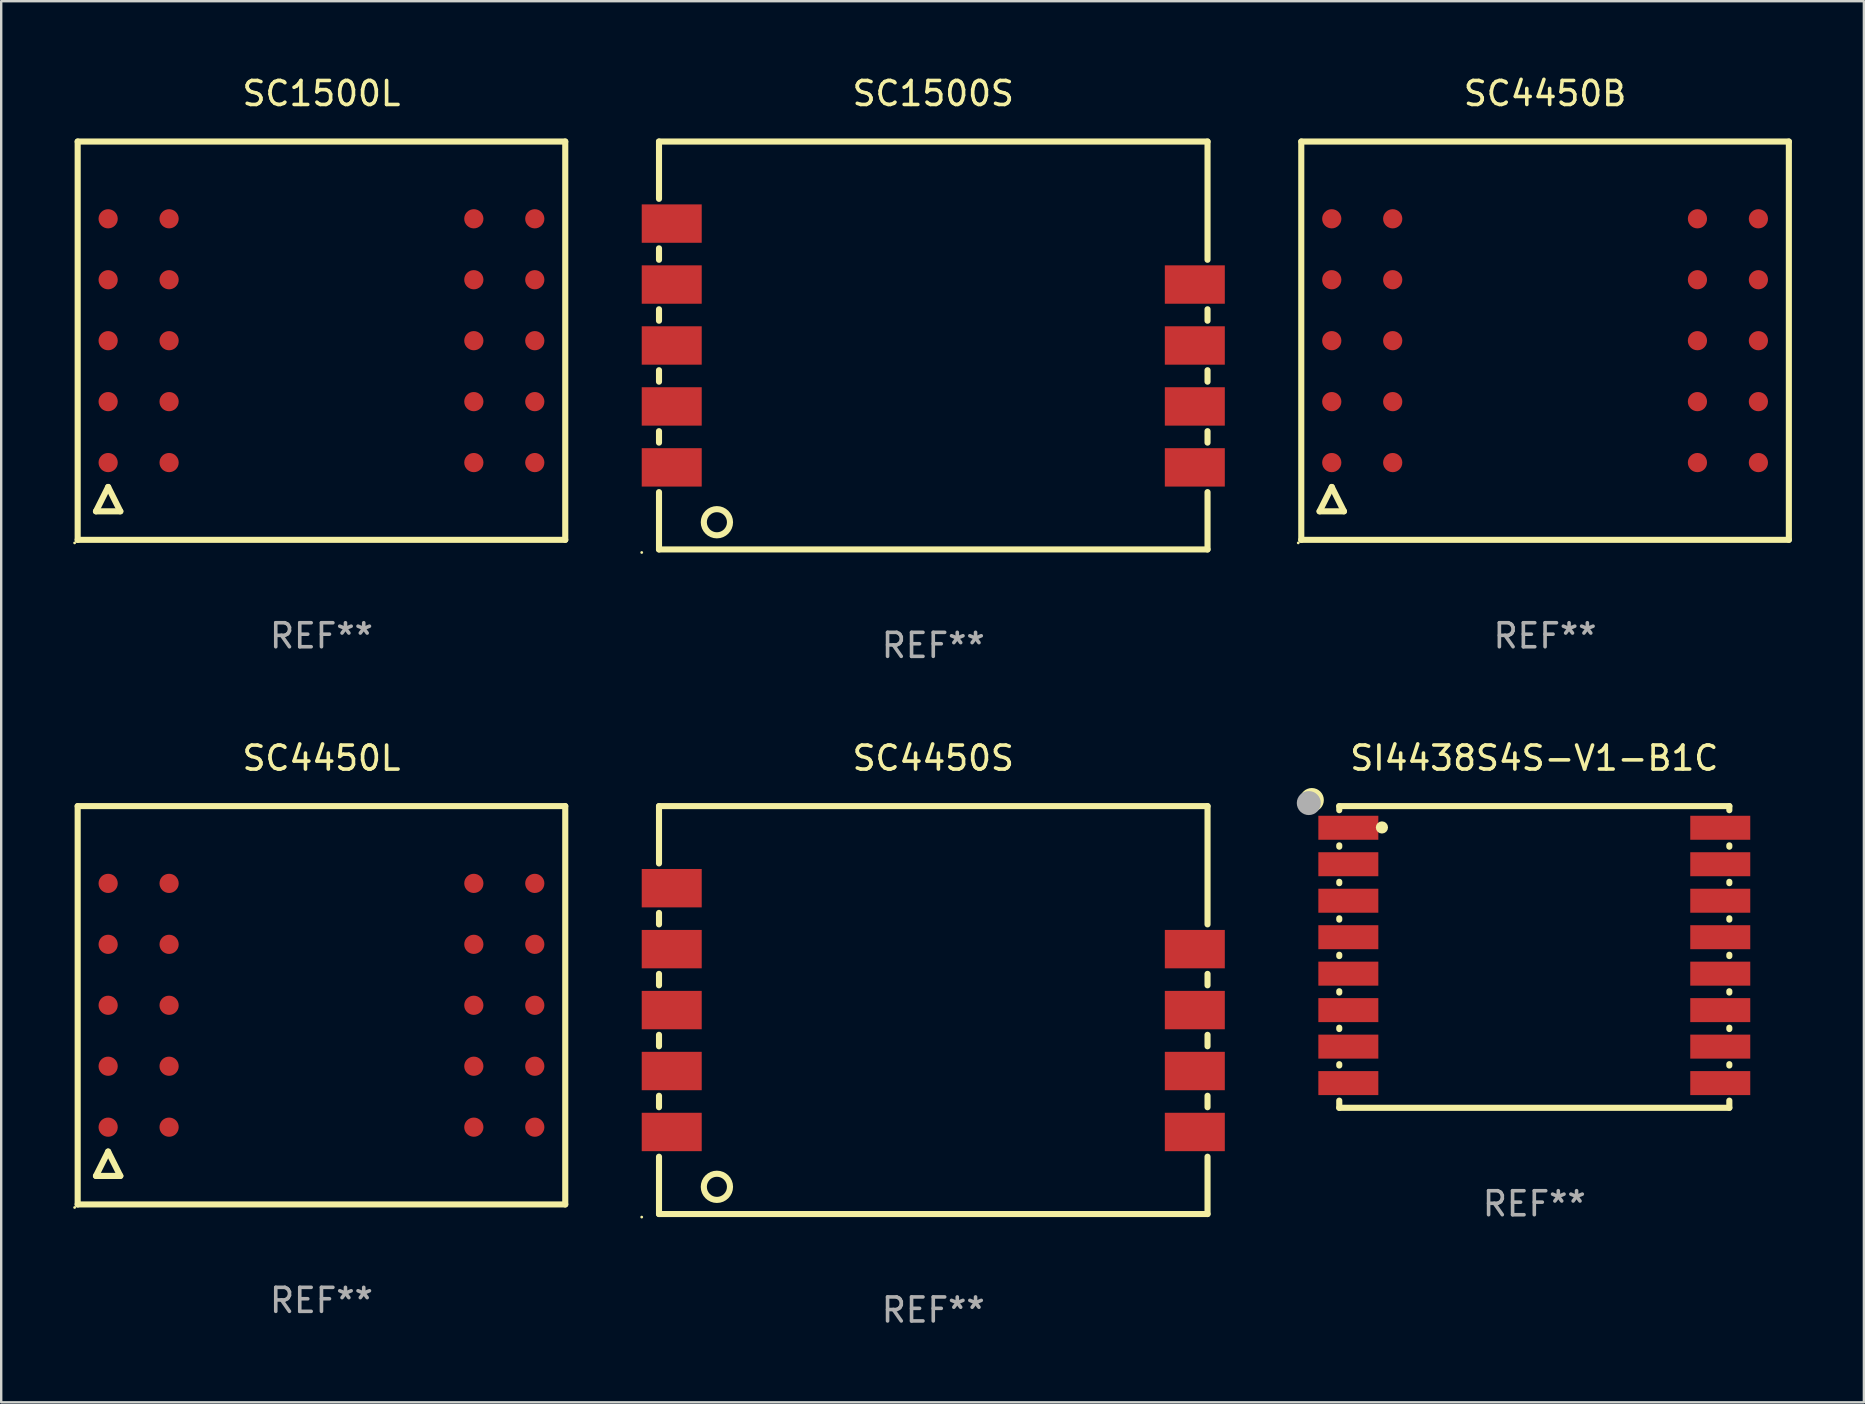
<source format=kicad_pcb>
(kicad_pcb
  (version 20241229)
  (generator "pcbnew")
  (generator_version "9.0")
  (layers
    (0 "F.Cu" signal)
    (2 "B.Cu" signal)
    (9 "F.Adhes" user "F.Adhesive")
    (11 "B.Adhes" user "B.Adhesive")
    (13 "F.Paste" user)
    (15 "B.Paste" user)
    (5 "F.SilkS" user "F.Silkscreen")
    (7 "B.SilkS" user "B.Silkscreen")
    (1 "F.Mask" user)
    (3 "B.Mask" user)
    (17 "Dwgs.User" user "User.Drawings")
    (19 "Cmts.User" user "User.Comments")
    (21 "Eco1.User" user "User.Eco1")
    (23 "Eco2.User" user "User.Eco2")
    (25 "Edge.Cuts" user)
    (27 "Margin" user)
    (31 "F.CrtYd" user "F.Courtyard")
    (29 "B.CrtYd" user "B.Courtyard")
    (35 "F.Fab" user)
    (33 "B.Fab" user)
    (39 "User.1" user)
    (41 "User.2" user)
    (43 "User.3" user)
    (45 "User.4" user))
  (footprint "SC4450S"
    (layer "F.Cu")
    (at 35.844 39.045)
    (property "Reference" "SC4450S" (at 0 -10.5 0) (layer "F.SilkS") (effects (font (size 1 1) (thickness 0.15))))
    (attr through_hole)
    (fp_line (start -11.43 -8.5) (end -11.43 -6.111) (stroke (width 0.254) (type solid)) (layer "F.SilkS"))
    (fp_line (start -11.43 -8.5) (end 11.43 -8.5) (stroke (width 0.254) (type solid)) (layer "F.SilkS"))
    (fp_line (start -11.43 -4.049) (end -11.43 -3.571) (stroke (width 0.254) (type solid)) (layer "F.SilkS"))
    (fp_line (start -11.43 -1.509) (end -11.43 -1.031) (stroke (width 0.254) (type solid)) (layer "F.SilkS"))
    (fp_line (start -11.43 1.031) (end -11.43 1.509) (stroke (width 0.254) (type solid)) (layer "F.SilkS"))
    (fp_line (start -11.43 3.571) (end -11.43 4.049) (stroke (width 0.254) (type solid)) (layer "F.SilkS"))
    (fp_line (start -11.43 6.111) (end -11.43 8.5) (stroke (width 0.254) (type solid)) (layer "F.SilkS"))
    (fp_line (start 11.43 -8.5) (end 11.43 -3.571) (stroke (width 0.254) (type solid)) (layer "F.SilkS"))
    (fp_line (start 11.43 -1.509) (end 11.43 -1.031) (stroke (width 0.254) (type solid)) (layer "F.SilkS"))
    (fp_line (start 11.43 1.031) (end 11.43 1.509) (stroke (width 0.254) (type solid)) (layer "F.SilkS"))
    (fp_line (start 11.43 3.571) (end 11.43 4.049) (stroke (width 0.254) (type solid)) (layer "F.SilkS"))
    (fp_line (start 11.43 6.111) (end 11.43 8.5) (stroke (width 0.254) (type solid)) (layer "F.SilkS"))
    (fp_line (start 11.43 8.5) (end -11.43 8.5) (stroke (width 0.254) (type solid)) (layer "F.SilkS"))
    (fp_circle (center -12.15 8.627) (end -12.12 8.627) (stroke (width 0.06) (type solid)) (fill no) (layer "F.SilkS"))
    (fp_circle (center -9.017 7.366) (end -8.471 7.366) (stroke (width 0.254) (type solid)) (fill no) (layer "F.SilkS"))
    (fp_text user "REF**" (at 0 12.5 0) (layer "F.Fab") (effects (font (size 1 1) (thickness 0.15))))
    (pad "1" smd rect (at -10.9 5.08) (size 2.5 1.6) (layers "F.Cu" "F.Mask" "F.Paste"))
    (pad "2" smd rect (at -10.9 2.54) (size 2.5 1.6) (layers "F.Cu" "F.Mask" "F.Paste"))
    (pad "3" smd rect (at -10.9 0) (size 2.5 1.6) (layers "F.Cu" "F.Mask" "F.Paste"))
    (pad "4" smd rect (at -10.9 -2.54) (size 2.5 1.6) (layers "F.Cu" "F.Mask" "F.Paste"))
    (pad "5" smd rect (at -10.9 -5.08) (size 2.5 1.6) (layers "F.Cu" "F.Mask" "F.Paste"))
    (pad "7" smd rect (at 10.9 -2.54) (size 2.5 1.6) (layers "F.Cu" "F.Mask" "F.Paste"))
    (pad "8" smd rect (at 10.9 0) (size 2.5 1.6) (layers "F.Cu" "F.Mask" "F.Paste"))
    (pad "9" smd rect (at 10.9 2.54) (size 2.5 1.6) (layers "F.Cu" "F.Mask" "F.Paste"))
    (pad "10" smd rect (at 10.9 5.08) (size 2.5 1.6) (layers "F.Cu" "F.Mask" "F.Paste")))
  (footprint "SC4450L"
    (layer "F.Cu")
    (at 10.347 38.845)
    (property "Reference" "SC4450L" (at 0 -10.3 0) (layer "F.SilkS") (effects (font (size 1 1) (thickness 0.15))))
    (attr through_hole)
    (fp_line (start -10.16 -8.3) (end 10.16 -8.3) (stroke (width 0.254) (type solid)) (layer "F.SilkS"))
    (fp_line (start -10.16 8.3) (end -10.16 -8.3) (stroke (width 0.254) (type solid)) (layer "F.SilkS"))
    (fp_line (start -9.398 7.112) (end -8.382 7.112) (stroke (width 0.254) (type solid)) (layer "F.SilkS"))
    (fp_line (start -8.89 6.096) (end -9.398 7.112) (stroke (width 0.254) (type solid)) (layer "F.SilkS"))
    (fp_line (start -8.382 7.112) (end -8.89 6.096) (stroke (width 0.254) (type solid)) (layer "F.SilkS"))
    (fp_line (start 10.16 -8.3) (end 10.16 8.3) (stroke (width 0.254) (type solid)) (layer "F.SilkS"))
    (fp_line (start 10.16 8.3) (end -10.16 8.3) (stroke (width 0.254) (type solid)) (layer "F.SilkS"))
    (fp_circle (center -10.287 8.427) (end -10.257 8.427) (stroke (width 0.06) (type solid)) (fill no) (layer "F.SilkS"))
    (fp_text user "REF**" (at 0 12.3 0) (layer "F.Fab") (effects (font (size 1 1) (thickness 0.15))))
    (pad "A1" smd circle (at -8.89 5.08) (size 0.8 0.8) (layers "F.Cu" "F.Mask" "F.Paste"))
    (pad "A2" smd circle (at -8.89 2.54) (size 0.8 0.8) (layers "F.Cu" "F.Mask" "F.Paste"))
    (pad "A3" smd circle (at -8.89 0) (size 0.8 0.8) (layers "F.Cu" "F.Mask" "F.Paste"))
    (pad "A4" smd circle (at -8.89 -2.54) (size 0.8 0.8) (layers "F.Cu" "F.Mask" "F.Paste"))
    (pad "A5" smd circle (at -8.89 -5.08) (size 0.8 0.8) (layers "F.Cu" "F.Mask" "F.Paste"))
    (pad "B1" smd circle (at -6.35 5.08) (size 0.8 0.8) (layers "F.Cu" "F.Mask" "F.Paste"))
    (pad "B2" smd circle (at -6.35 2.54) (size 0.8 0.8) (layers "F.Cu" "F.Mask" "F.Paste"))
    (pad "B3" smd circle (at -6.35 0) (size 0.8 0.8) (layers "F.Cu" "F.Mask" "F.Paste"))
    (pad "B4" smd circle (at -6.35 -2.54) (size 0.8 0.8) (layers "F.Cu" "F.Mask" "F.Paste"))
    (pad "B5" smd circle (at -6.35 -5.08) (size 0.8 0.8) (layers "F.Cu" "F.Mask" "F.Paste"))
    (pad "G1" smd circle (at 6.35 5.08) (size 0.8 0.8) (layers "F.Cu" "F.Mask" "F.Paste"))
    (pad "G2" smd circle (at 6.35 2.54) (size 0.8 0.8) (layers "F.Cu" "F.Mask" "F.Paste"))
    (pad "G3" smd circle (at 6.35 0) (size 0.8 0.8) (layers "F.Cu" "F.Mask" "F.Paste"))
    (pad "G4" smd circle (at 6.35 -2.54) (size 0.8 0.8) (layers "F.Cu" "F.Mask" "F.Paste"))
    (pad "G5" smd circle (at 6.35 -5.08) (size 0.8 0.8) (layers "F.Cu" "F.Mask" "F.Paste"))
    (pad "H1" smd circle (at 8.89 5.08) (size 0.8 0.8) (layers "F.Cu" "F.Mask" "F.Paste"))
    (pad "H2" smd circle (at 8.89 2.54) (size 0.8 0.8) (layers "F.Cu" "F.Mask" "F.Paste"))
    (pad "H3" smd circle (at 8.89 0) (size 0.8 0.8) (layers "F.Cu" "F.Mask" "F.Paste"))
    (pad "H4" smd circle (at 8.89 -2.54) (size 0.8 0.8) (layers "F.Cu" "F.Mask" "F.Paste"))
    (pad "H5" smd circle (at 8.89 -5.08) (size 0.8 0.8) (layers "F.Cu" "F.Mask" "F.Paste")))
  (footprint "SC4450B"
    (layer "F.Cu")
    (at 61.341 11.148)
    (property "Reference" "SC4450B" (at 0 -10.3 0) (layer "F.SilkS") (effects (font (size 1 1) (thickness 0.15))))
    (attr through_hole)
    (fp_line (start -10.16 -8.3) (end 10.16 -8.3) (stroke (width 0.254) (type solid)) (layer "F.SilkS"))
    (fp_line (start -10.16 8.3) (end -10.16 -8.3) (stroke (width 0.254) (type solid)) (layer "F.SilkS"))
    (fp_line (start -9.398 7.112) (end -8.382 7.112) (stroke (width 0.254) (type solid)) (layer "F.SilkS"))
    (fp_line (start -8.89 6.096) (end -9.398 7.112) (stroke (width 0.254) (type solid)) (layer "F.SilkS"))
    (fp_line (start -8.382 7.112) (end -8.89 6.096) (stroke (width 0.254) (type solid)) (layer "F.SilkS"))
    (fp_line (start 10.16 -8.3) (end 10.16 8.3) (stroke (width 0.254) (type solid)) (layer "F.SilkS"))
    (fp_line (start 10.16 8.3) (end -10.16 8.3) (stroke (width 0.254) (type solid)) (layer "F.SilkS"))
    (fp_circle (center -10.287 8.427) (end -10.257 8.427) (stroke (width 0.06) (type solid)) (fill no) (layer "F.SilkS"))
    (fp_text user "REF**" (at 0 12.3 0) (layer "F.Fab") (effects (font (size 1 1) (thickness 0.15))))
    (pad "A1" smd circle (at -8.89 5.08) (size 0.8 0.8) (layers "F.Cu" "F.Mask" "F.Paste"))
    (pad "A2" smd circle (at -8.89 2.54) (size 0.8 0.8) (layers "F.Cu" "F.Mask" "F.Paste"))
    (pad "A3" smd circle (at -8.89 0) (size 0.8 0.8) (layers "F.Cu" "F.Mask" "F.Paste"))
    (pad "A4" smd circle (at -8.89 -2.54) (size 0.8 0.8) (layers "F.Cu" "F.Mask" "F.Paste"))
    (pad "A5" smd circle (at -8.89 -5.08) (size 0.8 0.8) (layers "F.Cu" "F.Mask" "F.Paste"))
    (pad "B1" smd circle (at -6.35 5.08) (size 0.8 0.8) (layers "F.Cu" "F.Mask" "F.Paste"))
    (pad "B2" smd circle (at -6.35 2.54) (size 0.8 0.8) (layers "F.Cu" "F.Mask" "F.Paste"))
    (pad "B3" smd circle (at -6.35 0) (size 0.8 0.8) (layers "F.Cu" "F.Mask" "F.Paste"))
    (pad "B4" smd circle (at -6.35 -2.54) (size 0.8 0.8) (layers "F.Cu" "F.Mask" "F.Paste"))
    (pad "B5" smd circle (at -6.35 -5.08) (size 0.8 0.8) (layers "F.Cu" "F.Mask" "F.Paste"))
    (pad "G1" smd circle (at 6.35 5.08) (size 0.8 0.8) (layers "F.Cu" "F.Mask" "F.Paste"))
    (pad "G2" smd circle (at 6.35 2.54) (size 0.8 0.8) (layers "F.Cu" "F.Mask" "F.Paste"))
    (pad "G3" smd circle (at 6.35 0) (size 0.8 0.8) (layers "F.Cu" "F.Mask" "F.Paste"))
    (pad "G4" smd circle (at 6.35 -2.54) (size 0.8 0.8) (layers "F.Cu" "F.Mask" "F.Paste"))
    (pad "G5" smd circle (at 6.35 -5.08) (size 0.8 0.8) (layers "F.Cu" "F.Mask" "F.Paste"))
    (pad "H1" smd circle (at 8.89 5.08) (size 0.8 0.8) (layers "F.Cu" "F.Mask" "F.Paste"))
    (pad "H2" smd circle (at 8.89 2.54) (size 0.8 0.8) (layers "F.Cu" "F.Mask" "F.Paste"))
    (pad "H3" smd circle (at 8.89 0) (size 0.8 0.8) (layers "F.Cu" "F.Mask" "F.Paste"))
    (pad "H4" smd circle (at 8.89 -2.54) (size 0.8 0.8) (layers "F.Cu" "F.Mask" "F.Paste"))
    (pad "H5" smd circle (at 8.89 -5.08) (size 0.8 0.8) (layers "F.Cu" "F.Mask" "F.Paste")))
  (footprint "SC1500S"
    (layer "F.Cu")
    (at 35.844 11.348)
    (property "Reference" "SC1500S" (at 0 -10.5 0) (layer "F.SilkS") (effects (font (size 1 1) (thickness 0.15))))
    (attr through_hole)
    (fp_line (start -11.43 -8.5) (end -11.43 -6.111) (stroke (width 0.254) (type solid)) (layer "F.SilkS"))
    (fp_line (start -11.43 -8.5) (end 11.43 -8.5) (stroke (width 0.254) (type solid)) (layer "F.SilkS"))
    (fp_line (start -11.43 -4.049) (end -11.43 -3.571) (stroke (width 0.254) (type solid)) (layer "F.SilkS"))
    (fp_line (start -11.43 -1.509) (end -11.43 -1.031) (stroke (width 0.254) (type solid)) (layer "F.SilkS"))
    (fp_line (start -11.43 1.031) (end -11.43 1.509) (stroke (width 0.254) (type solid)) (layer "F.SilkS"))
    (fp_line (start -11.43 3.571) (end -11.43 4.049) (stroke (width 0.254) (type solid)) (layer "F.SilkS"))
    (fp_line (start -11.43 6.111) (end -11.43 8.5) (stroke (width 0.254) (type solid)) (layer "F.SilkS"))
    (fp_line (start 11.43 -8.5) (end 11.43 -3.571) (stroke (width 0.254) (type solid)) (layer "F.SilkS"))
    (fp_line (start 11.43 -1.509) (end 11.43 -1.031) (stroke (width 0.254) (type solid)) (layer "F.SilkS"))
    (fp_line (start 11.43 1.031) (end 11.43 1.509) (stroke (width 0.254) (type solid)) (layer "F.SilkS"))
    (fp_line (start 11.43 3.571) (end 11.43 4.049) (stroke (width 0.254) (type solid)) (layer "F.SilkS"))
    (fp_line (start 11.43 6.111) (end 11.43 8.5) (stroke (width 0.254) (type solid)) (layer "F.SilkS"))
    (fp_line (start 11.43 8.5) (end -11.43 8.5) (stroke (width 0.254) (type solid)) (layer "F.SilkS"))
    (fp_circle (center -12.15 8.627) (end -12.12 8.627) (stroke (width 0.06) (type solid)) (fill no) (layer "F.SilkS"))
    (fp_circle (center -9.017 7.366) (end -8.471 7.366) (stroke (width 0.254) (type solid)) (fill no) (layer "F.SilkS"))
    (fp_text user "REF**" (at 0 12.5 0) (layer "F.Fab") (effects (font (size 1 1) (thickness 0.15))))
    (pad "1" smd rect (at -10.9 5.08) (size 2.5 1.6) (layers "F.Cu" "F.Mask" "F.Paste"))
    (pad "2" smd rect (at -10.9 2.54) (size 2.5 1.6) (layers "F.Cu" "F.Mask" "F.Paste"))
    (pad "3" smd rect (at -10.9 0) (size 2.5 1.6) (layers "F.Cu" "F.Mask" "F.Paste"))
    (pad "4" smd rect (at -10.9 -2.54) (size 2.5 1.6) (layers "F.Cu" "F.Mask" "F.Paste"))
    (pad "5" smd rect (at -10.9 -5.08) (size 2.5 1.6) (layers "F.Cu" "F.Mask" "F.Paste"))
    (pad "7" smd rect (at 10.9 -2.54) (size 2.5 1.6) (layers "F.Cu" "F.Mask" "F.Paste"))
    (pad "8" smd rect (at 10.9 0) (size 2.5 1.6) (layers "F.Cu" "F.Mask" "F.Paste"))
    (pad "9" smd rect (at 10.9 2.54) (size 2.5 1.6) (layers "F.Cu" "F.Mask" "F.Paste"))
    (pad "10" smd rect (at 10.9 5.08) (size 2.5 1.6) (layers "F.Cu" "F.Mask" "F.Paste")))
  (footprint "SC1500L"
    (layer "F.Cu")
    (at 10.347 11.148)
    (property "Reference" "SC1500L" (at 0 -10.3 0) (layer "F.SilkS") (effects (font (size 1 1) (thickness 0.15))))
    (attr through_hole)
    (fp_line (start -10.16 -8.3) (end 10.16 -8.3) (stroke (width 0.254) (type solid)) (layer "F.SilkS"))
    (fp_line (start -10.16 8.3) (end -10.16 -8.3) (stroke (width 0.254) (type solid)) (layer "F.SilkS"))
    (fp_line (start -9.398 7.112) (end -8.382 7.112) (stroke (width 0.254) (type solid)) (layer "F.SilkS"))
    (fp_line (start -8.89 6.096) (end -9.398 7.112) (stroke (width 0.254) (type solid)) (layer "F.SilkS"))
    (fp_line (start -8.382 7.112) (end -8.89 6.096) (stroke (width 0.254) (type solid)) (layer "F.SilkS"))
    (fp_line (start 10.16 -8.3) (end 10.16 8.3) (stroke (width 0.254) (type solid)) (layer "F.SilkS"))
    (fp_line (start 10.16 8.3) (end -10.16 8.3) (stroke (width 0.254) (type solid)) (layer "F.SilkS"))
    (fp_circle (center -10.287 8.427) (end -10.257 8.427) (stroke (width 0.06) (type solid)) (fill no) (layer "F.SilkS"))
    (fp_text user "REF**" (at 0 12.3 0) (layer "F.Fab") (effects (font (size 1 1) (thickness 0.15))))
    (pad "A1" smd circle (at -8.89 5.08) (size 0.8 0.8) (layers "F.Cu" "F.Mask" "F.Paste"))
    (pad "A2" smd circle (at -8.89 2.54) (size 0.8 0.8) (layers "F.Cu" "F.Mask" "F.Paste"))
    (pad "A3" smd circle (at -8.89 0) (size 0.8 0.8) (layers "F.Cu" "F.Mask" "F.Paste"))
    (pad "A4" smd circle (at -8.89 -2.54) (size 0.8 0.8) (layers "F.Cu" "F.Mask" "F.Paste"))
    (pad "A5" smd circle (at -8.89 -5.08) (size 0.8 0.8) (layers "F.Cu" "F.Mask" "F.Paste"))
    (pad "B1" smd circle (at -6.35 5.08) (size 0.8 0.8) (layers "F.Cu" "F.Mask" "F.Paste"))
    (pad "B2" smd circle (at -6.35 2.54) (size 0.8 0.8) (layers "F.Cu" "F.Mask" "F.Paste"))
    (pad "B3" smd circle (at -6.35 0) (size 0.8 0.8) (layers "F.Cu" "F.Mask" "F.Paste"))
    (pad "B4" smd circle (at -6.35 -2.54) (size 0.8 0.8) (layers "F.Cu" "F.Mask" "F.Paste"))
    (pad "B5" smd circle (at -6.35 -5.08) (size 0.8 0.8) (layers "F.Cu" "F.Mask" "F.Paste"))
    (pad "G1" smd circle (at 6.35 5.08) (size 0.8 0.8) (layers "F.Cu" "F.Mask" "F.Paste"))
    (pad "G2" smd circle (at 6.35 2.54) (size 0.8 0.8) (layers "F.Cu" "F.Mask" "F.Paste"))
    (pad "G3" smd circle (at 6.35 0) (size 0.8 0.8) (layers "F.Cu" "F.Mask" "F.Paste"))
    (pad "G4" smd circle (at 6.35 -2.54) (size 0.8 0.8) (layers "F.Cu" "F.Mask" "F.Paste"))
    (pad "G5" smd circle (at 6.35 -5.08) (size 0.8 0.8) (layers "F.Cu" "F.Mask" "F.Paste"))
    (pad "H1" smd circle (at 8.89 5.08) (size 0.8 0.8) (layers "F.Cu" "F.Mask" "F.Paste"))
    (pad "H2" smd circle (at 8.89 2.54) (size 0.8 0.8) (layers "F.Cu" "F.Mask" "F.Paste"))
    (pad "H3" smd circle (at 8.89 0) (size 0.8 0.8) (layers "F.Cu" "F.Mask" "F.Paste"))
    (pad "H4" smd circle (at 8.89 -2.54) (size 0.8 0.8) (layers "F.Cu" "F.Mask" "F.Paste"))
    (pad "H5" smd circle (at 8.89 -5.08) (size 0.8 0.8) (layers "F.Cu" "F.Mask" "F.Paste")))
  (footprint "SI4438S4S-V1-B1C"
    (layer "F.Cu")
    (at 60.892 36.831)
    (property "Reference" "SI4438S4S-V1-B1C" (at 0 -8.287 0) (layer "F.SilkS") (effects (font (size 1 1) (thickness 0.15))))
    (attr through_hole)
    (fp_line (start -8.128 -6.287) (end 8.128 -6.287) (stroke (width 0.254) (type solid)) (layer "F.SilkS"))
    (fp_line (start -8.128 -6.115) (end -8.128 -6.287) (stroke (width 0.254) (type solid)) (layer "F.SilkS"))
    (fp_line (start -8.128 -4.595) (end -8.128 -4.652) (stroke (width 0.254) (type solid)) (layer "F.SilkS"))
    (fp_line (start -8.128 -3.075) (end -8.128 -3.132) (stroke (width 0.254) (type solid)) (layer "F.SilkS"))
    (fp_line (start -8.128 -1.555) (end -8.128 -1.612) (stroke (width 0.254) (type solid)) (layer "F.SilkS"))
    (fp_line (start -8.128 -0.035) (end -8.128 -0.092) (stroke (width 0.254) (type solid)) (layer "F.SilkS"))
    (fp_line (start -8.128 1.485) (end -8.128 1.428) (stroke (width 0.254) (type solid)) (layer "F.SilkS"))
    (fp_line (start -8.128 3.005) (end -8.128 2.948) (stroke (width 0.254) (type solid)) (layer "F.SilkS"))
    (fp_line (start -8.128 4.525) (end -8.128 4.468) (stroke (width 0.254) (type solid)) (layer "F.SilkS"))
    (fp_line (start -8.128 6.287) (end -8.128 5.988) (stroke (width 0.254) (type solid)) (layer "F.SilkS"))
    (fp_line (start 8.128 -6.287) (end 8.128 -6.115) (stroke (width 0.254) (type solid)) (layer "F.SilkS"))
    (fp_line (start 8.128 -4.652) (end 8.128 -4.595) (stroke (width 0.254) (type solid)) (layer "F.SilkS"))
    (fp_line (start 8.128 -3.132) (end 8.128 -3.075) (stroke (width 0.254) (type solid)) (layer "F.SilkS"))
    (fp_line (start 8.128 -1.612) (end 8.128 -1.555) (stroke (width 0.254) (type solid)) (layer "F.SilkS"))
    (fp_line (start 8.128 -0.092) (end 8.128 -0.035) (stroke (width 0.254) (type solid)) (layer "F.SilkS"))
    (fp_line (start 8.128 1.428) (end 8.128 1.485) (stroke (width 0.254) (type solid)) (layer "F.SilkS"))
    (fp_line (start 8.128 2.948) (end 8.128 3.005) (stroke (width 0.254) (type solid)) (layer "F.SilkS"))
    (fp_line (start 8.128 4.468) (end 8.128 4.525) (stroke (width 0.254) (type solid)) (layer "F.SilkS"))
    (fp_line (start 8.128 5.988) (end 8.128 6.287) (stroke (width 0.254) (type solid)) (layer "F.SilkS"))
    (fp_line (start 8.128 6.287) (end -8.128 6.287) (stroke (width 0.254) (type solid)) (layer "F.SilkS"))
    (fp_circle (center -9.271 -6.54) (end -9.021 -6.54) (stroke (width 0.5) (type solid)) (fill no) (layer "F.SilkS"))
    (fp_circle (center -8 -6.313) (end -7.97 -6.313) (stroke (width 0.06) (type solid)) (fill no) (layer "F.SilkS"))
    (fp_circle (center -6.35 -5.397) (end -6.223 -5.397) (stroke (width 0.254) (type solid)) (fill no) (layer "F.SilkS"))
    (fp_circle (center -9.398 -6.413) (end -9.148 -6.413) (stroke (width 0.5) (type solid)) (fill no) (layer "F.Fab"))
    (fp_text user "REF**" (at 0 10.287 0) (layer "F.Fab") (effects (font (size 1 1) (thickness 0.15))))
    (pad "1" smd rect (at -7.75 -5.384) (size 2.5 1) (layers "F.Cu" "F.Mask" "F.Paste"))
    (pad "2" smd rect (at -7.75 -3.864) (size 2.5 1) (layers "F.Cu" "F.Mask" "F.Paste"))
    (pad "3" smd rect (at -7.75 -2.343) (size 2.5 1) (layers "F.Cu" "F.Mask" "F.Paste"))
    (pad "4" smd rect (at -7.75 -0.823) (size 2.5 1) (layers "F.Cu" "F.Mask" "F.Paste"))
    (pad "5" smd rect (at -7.75 0.696) (size 2.5 1) (layers "F.Cu" "F.Mask" "F.Paste"))
    (pad "6" smd rect (at -7.75 2.216) (size 2.5 1) (layers "F.Cu" "F.Mask" "F.Paste"))
    (pad "7" smd rect (at -7.75 3.737) (size 2.5 1) (layers "F.Cu" "F.Mask" "F.Paste"))
    (pad "8" smd rect (at -7.75 5.257) (size 2.5 1) (layers "F.Cu" "F.Mask" "F.Paste"))
    (pad "9" smd rect (at 7.75 5.257) (size 2.5 1) (layers "F.Cu" "F.Mask" "F.Paste"))
    (pad "10" smd rect (at 7.75 3.737) (size 2.5 1) (layers "F.Cu" "F.Mask" "F.Paste"))
    (pad "11" smd rect (at 7.75 2.216) (size 2.5 1) (layers "F.Cu" "F.Mask" "F.Paste"))
    (pad "12" smd rect (at 7.75 0.696) (size 2.5 1) (layers "F.Cu" "F.Mask" "F.Paste"))
    (pad "13" smd rect (at 7.75 -0.823) (size 2.5 1) (layers "F.Cu" "F.Mask" "F.Paste"))
    (pad "14" smd rect (at 7.75 -2.343) (size 2.5 1) (layers "F.Cu" "F.Mask" "F.Paste"))
    (pad "15" smd rect (at 7.75 -3.864) (size 2.5 1) (layers "F.Cu" "F.Mask" "F.Paste"))
    (pad "16" smd rect (at 7.75 -5.384) (size 2.5 1) (layers "F.Cu" "F.Mask" "F.Paste")))
  (gr_rect
    (start -3 -3)
    (end 74.628 55.393)
    (stroke (width 0.1) (type default))
    (fill no)
    (layer "Edge.Cuts")))
</source>
